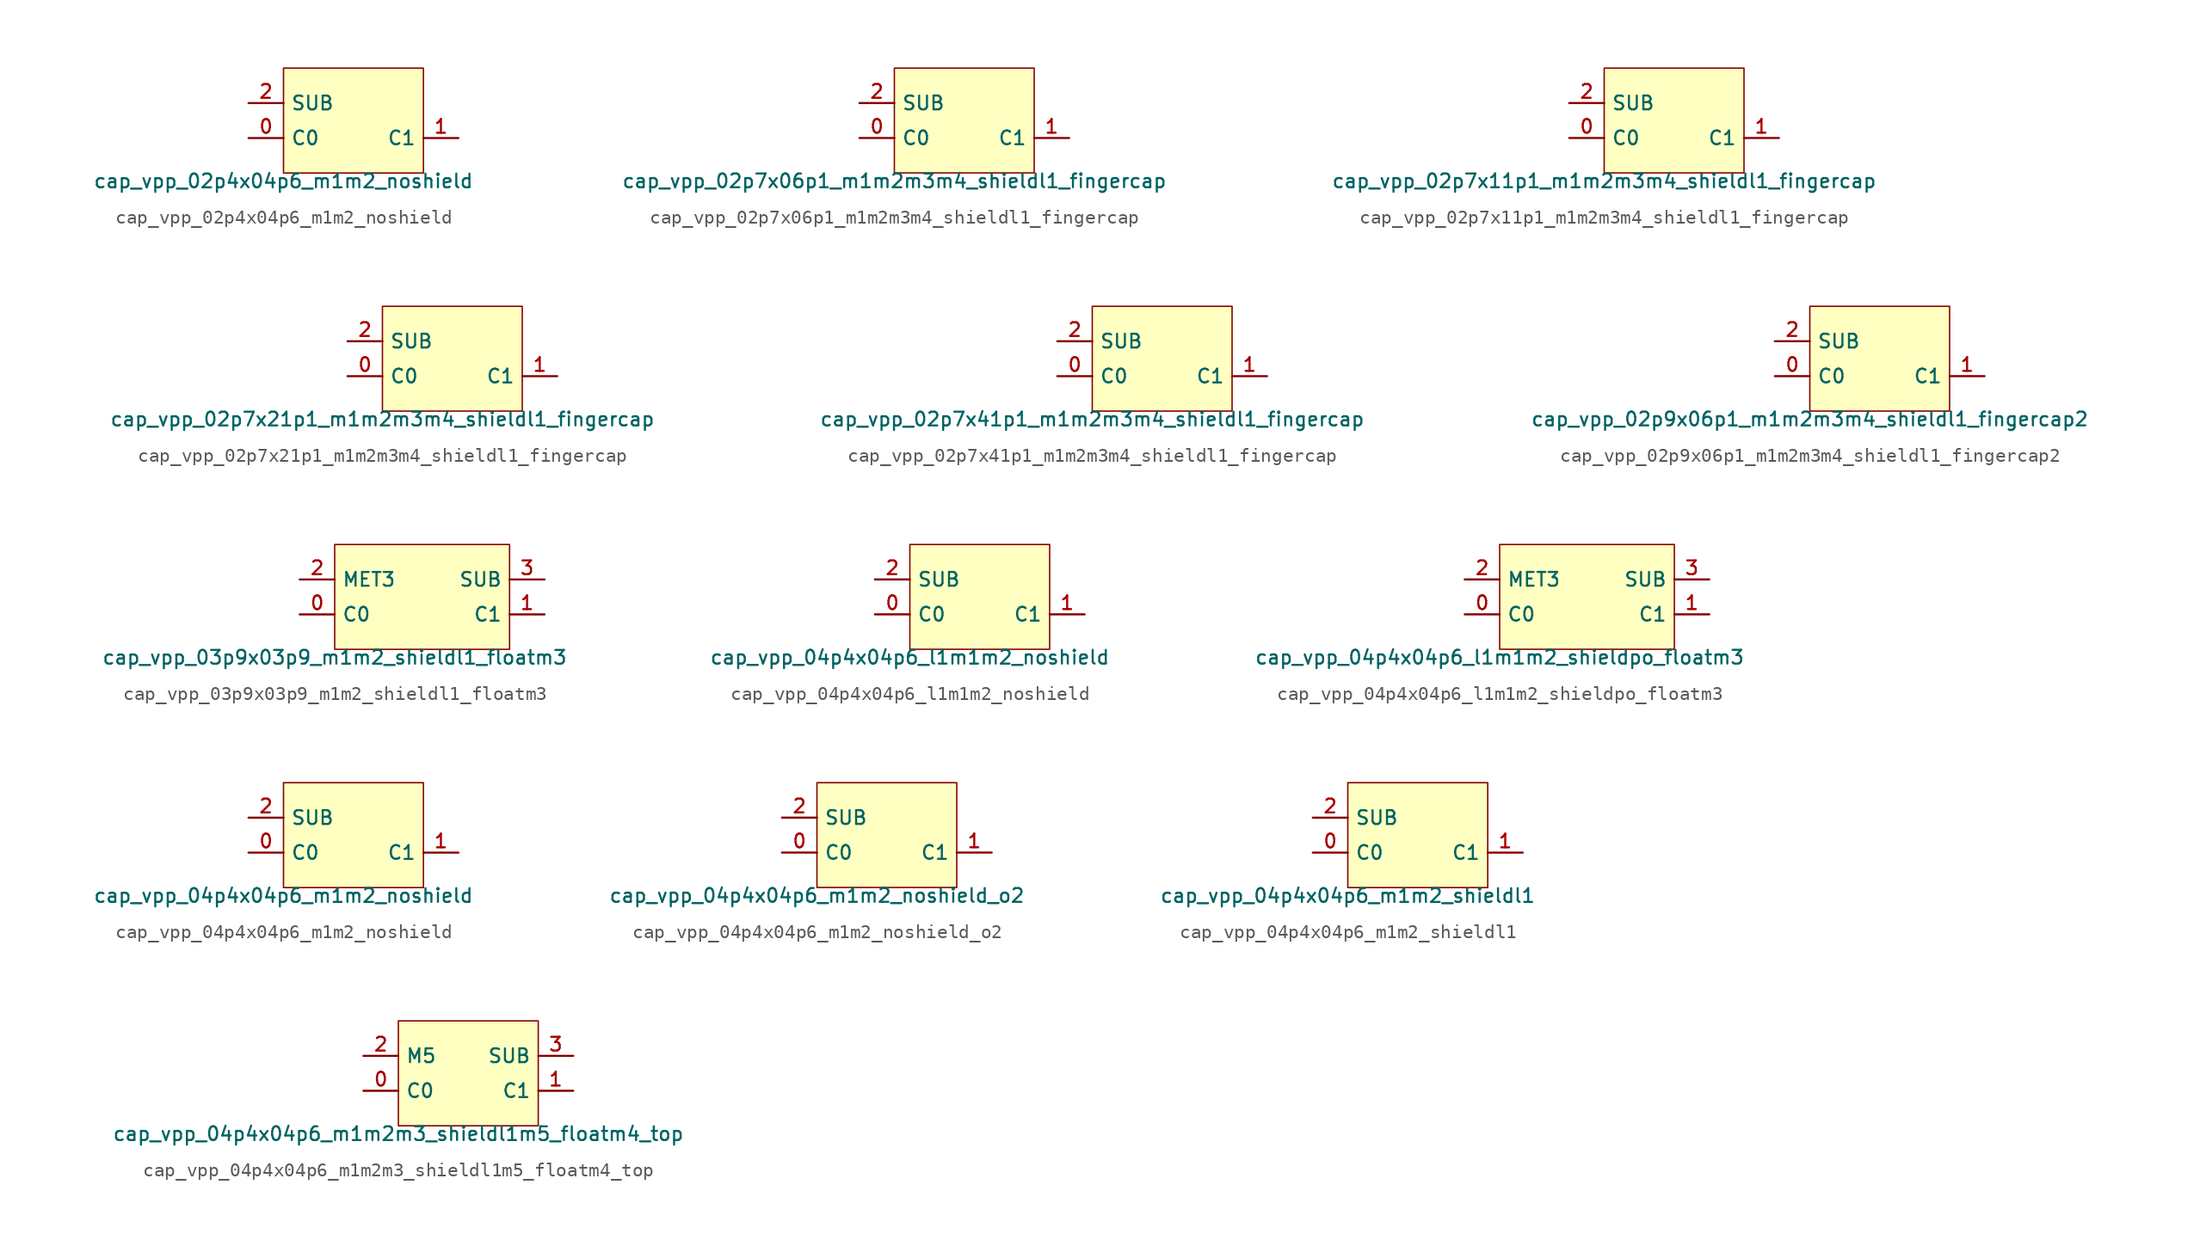
<source format=kicad_sym>
(kicad_symbol_lib
  (version 20211014)
  (generator pdk2kicad)
  (symbol "cap_vpp_02p4x04p6_m1m2_noshield"
    (property "Reference" "X"
      (at 0 0 0)
      (effects (font (size 1 1)) hide))
    (property "Value" "cap_vpp_02p4x04p6_m1m2_noshield"
      (at -5.08 -3.81 0)
      (effects (font (size 1 1)) (justify top)))
    (rectangle
      (start -5.08 -3.81)
      (end 5.08 3.81)
      (stroke (width 0.1) (type solid) (color 0 0 0 0))
      (fill (type background)))
    (pin bidirectional line
      (at -7.62 -1.27 0)
      (length 2.54)
      (name "C0" (effects (font (size 1 1)) hide))
      (number "0" (effects (font (size 1 1)) hide)))
    (pin bidirectional line
      (at 7.62 -1.27 180)
      (length 2.54)
      (name "C1" (effects (font (size 1 1)) hide))
      (number "1" (effects (font (size 1 1)) hide)))
    (pin bidirectional line
      (at -7.62 1.27 0)
      (length 2.54)
      (name "SUB" (effects (font (size 1 1)) hide))
      (number "2" (effects (font (size 1 1)) hide))))
  (symbol "cap_vpp_02p7x06p1_m1m2m3m4_shieldl1_fingercap"
    (property "Reference" "X"
      (at 0 0 0)
      (effects (font (size 1 1)) hide))
    (property "Value" "cap_vpp_02p7x06p1_m1m2m3m4_shieldl1_fingercap"
      (at -5.08 -3.81 0)
      (effects (font (size 1 1)) (justify top)))
    (rectangle
      (start -5.08 -3.81)
      (end 5.08 3.81)
      (stroke (width 0.1) (type solid) (color 0 0 0 0))
      (fill (type background)))
    (pin bidirectional line
      (at -7.62 -1.27 0)
      (length 2.54)
      (name "C0" (effects (font (size 1 1)) hide))
      (number "0" (effects (font (size 1 1)) hide)))
    (pin bidirectional line
      (at 7.62 -1.27 180)
      (length 2.54)
      (name "C1" (effects (font (size 1 1)) hide))
      (number "1" (effects (font (size 1 1)) hide)))
    (pin bidirectional line
      (at -7.62 1.27 0)
      (length 2.54)
      (name "SUB" (effects (font (size 1 1)) hide))
      (number "2" (effects (font (size 1 1)) hide))))
  (symbol "cap_vpp_02p7x11p1_m1m2m3m4_shieldl1_fingercap"
    (property "Reference" "X"
      (at 0 0 0)
      (effects (font (size 1 1)) hide))
    (property "Value" "cap_vpp_02p7x11p1_m1m2m3m4_shieldl1_fingercap"
      (at -5.08 -3.81 0)
      (effects (font (size 1 1)) (justify top)))
    (rectangle
      (start -5.08 -3.81)
      (end 5.08 3.81)
      (stroke (width 0.1) (type solid) (color 0 0 0 0))
      (fill (type background)))
    (pin bidirectional line
      (at -7.62 -1.27 0)
      (length 2.54)
      (name "C0" (effects (font (size 1 1)) hide))
      (number "0" (effects (font (size 1 1)) hide)))
    (pin bidirectional line
      (at 7.62 -1.27 180)
      (length 2.54)
      (name "C1" (effects (font (size 1 1)) hide))
      (number "1" (effects (font (size 1 1)) hide)))
    (pin bidirectional line
      (at -7.62 1.27 0)
      (length 2.54)
      (name "SUB" (effects (font (size 1 1)) hide))
      (number "2" (effects (font (size 1 1)) hide))))
  (symbol "cap_vpp_02p7x21p1_m1m2m3m4_shieldl1_fingercap"
    (property "Reference" "X"
      (at 0 0 0)
      (effects (font (size 1 1)) hide))
    (property "Value" "cap_vpp_02p7x21p1_m1m2m3m4_shieldl1_fingercap"
      (at -5.08 -3.81 0)
      (effects (font (size 1 1)) (justify top)))
    (rectangle
      (start -5.08 -3.81)
      (end 5.08 3.81)
      (stroke (width 0.1) (type solid) (color 0 0 0 0))
      (fill (type background)))
    (pin bidirectional line
      (at -7.62 -1.27 0)
      (length 2.54)
      (name "C0" (effects (font (size 1 1)) hide))
      (number "0" (effects (font (size 1 1)) hide)))
    (pin bidirectional line
      (at 7.62 -1.27 180)
      (length 2.54)
      (name "C1" (effects (font (size 1 1)) hide))
      (number "1" (effects (font (size 1 1)) hide)))
    (pin bidirectional line
      (at -7.62 1.27 0)
      (length 2.54)
      (name "SUB" (effects (font (size 1 1)) hide))
      (number "2" (effects (font (size 1 1)) hide))))
  (symbol "cap_vpp_02p7x41p1_m1m2m3m4_shieldl1_fingercap"
    (property "Reference" "X"
      (at 0 0 0)
      (effects (font (size 1 1)) hide))
    (property "Value" "cap_vpp_02p7x41p1_m1m2m3m4_shieldl1_fingercap"
      (at -5.08 -3.81 0)
      (effects (font (size 1 1)) (justify top)))
    (rectangle
      (start -5.08 -3.81)
      (end 5.08 3.81)
      (stroke (width 0.1) (type solid) (color 0 0 0 0))
      (fill (type background)))
    (pin bidirectional line
      (at -7.62 -1.27 0)
      (length 2.54)
      (name "C0" (effects (font (size 1 1)) hide))
      (number "0" (effects (font (size 1 1)) hide)))
    (pin bidirectional line
      (at 7.62 -1.27 180)
      (length 2.54)
      (name "C1" (effects (font (size 1 1)) hide))
      (number "1" (effects (font (size 1 1)) hide)))
    (pin bidirectional line
      (at -7.62 1.27 0)
      (length 2.54)
      (name "SUB" (effects (font (size 1 1)) hide))
      (number "2" (effects (font (size 1 1)) hide))))
  (symbol "cap_vpp_02p9x06p1_m1m2m3m4_shieldl1_fingercap2"
    (property "Reference" "X"
      (at 0 0 0)
      (effects (font (size 1 1)) hide))
    (property "Value" "cap_vpp_02p9x06p1_m1m2m3m4_shieldl1_fingercap2"
      (at -5.08 -3.81 0)
      (effects (font (size 1 1)) (justify top)))
    (rectangle
      (start -5.08 -3.81)
      (end 5.08 3.81)
      (stroke (width 0.1) (type solid) (color 0 0 0 0))
      (fill (type background)))
    (pin bidirectional line
      (at -7.62 -1.27 0)
      (length 2.54)
      (name "C0" (effects (font (size 1 1)) hide))
      (number "0" (effects (font (size 1 1)) hide)))
    (pin bidirectional line
      (at 7.62 -1.27 180)
      (length 2.54)
      (name "C1" (effects (font (size 1 1)) hide))
      (number "1" (effects (font (size 1 1)) hide)))
    (pin bidirectional line
      (at -7.62 1.27 0)
      (length 2.54)
      (name "SUB" (effects (font (size 1 1)) hide))
      (number "2" (effects (font (size 1 1)) hide))))
  (symbol "cap_vpp_03p9x03p9_m1m2_shieldl1_floatm3"
    (property "Reference" "X"
      (at 0 0 0)
      (effects (font (size 1 1)) hide))
    (property "Value" "cap_vpp_03p9x03p9_m1m2_shieldl1_floatm3"
      (at -6.35 -3.81 0)
      (effects (font (size 1 1)) (justify top)))
    (rectangle
      (start -6.35 -3.81)
      (end 6.35 3.81)
      (stroke (width 0.1) (type solid) (color 0 0 0 0))
      (fill (type background)))
    (pin bidirectional line
      (at -8.89 -1.27 0)
      (length 2.54)
      (name "C0" (effects (font (size 1 1)) hide))
      (number "0" (effects (font (size 1 1)) hide)))
    (pin bidirectional line
      (at 8.89 -1.27 180)
      (length 2.54)
      (name "C1" (effects (font (size 1 1)) hide))
      (number "1" (effects (font (size 1 1)) hide)))
    (pin bidirectional line
      (at -8.89 1.27 0)
      (length 2.54)
      (name "MET3" (effects (font (size 1 1)) hide))
      (number "2" (effects (font (size 1 1)) hide)))
    (pin bidirectional line
      (at 8.89 1.27 180)
      (length 2.54)
      (name "SUB" (effects (font (size 1 1)) hide))
      (number "3" (effects (font (size 1 1)) hide))))
  (symbol "cap_vpp_04p4x04p6_l1m1m2_noshield"
    (property "Reference" "X"
      (at 0 0 0)
      (effects (font (size 1 1)) hide))
    (property "Value" "cap_vpp_04p4x04p6_l1m1m2_noshield"
      (at -5.08 -3.81 0)
      (effects (font (size 1 1)) (justify top)))
    (rectangle
      (start -5.08 -3.81)
      (end 5.08 3.81)
      (stroke (width 0.1) (type solid) (color 0 0 0 0))
      (fill (type background)))
    (pin bidirectional line
      (at -7.62 -1.27 0)
      (length 2.54)
      (name "C0" (effects (font (size 1 1)) hide))
      (number "0" (effects (font (size 1 1)) hide)))
    (pin bidirectional line
      (at 7.62 -1.27 180)
      (length 2.54)
      (name "C1" (effects (font (size 1 1)) hide))
      (number "1" (effects (font (size 1 1)) hide)))
    (pin bidirectional line
      (at -7.62 1.27 0)
      (length 2.54)
      (name "SUB" (effects (font (size 1 1)) hide))
      (number "2" (effects (font (size 1 1)) hide))))
  (symbol "cap_vpp_04p4x04p6_l1m1m2_shieldpo_floatm3"
    (property "Reference" "X"
      (at 0 0 0)
      (effects (font (size 1 1)) hide))
    (property "Value" "cap_vpp_04p4x04p6_l1m1m2_shieldpo_floatm3"
      (at -6.35 -3.81 0)
      (effects (font (size 1 1)) (justify top)))
    (rectangle
      (start -6.35 -3.81)
      (end 6.35 3.81)
      (stroke (width 0.1) (type solid) (color 0 0 0 0))
      (fill (type background)))
    (pin bidirectional line
      (at -8.89 -1.27 0)
      (length 2.54)
      (name "C0" (effects (font (size 1 1)) hide))
      (number "0" (effects (font (size 1 1)) hide)))
    (pin bidirectional line
      (at 8.89 -1.27 180)
      (length 2.54)
      (name "C1" (effects (font (size 1 1)) hide))
      (number "1" (effects (font (size 1 1)) hide)))
    (pin bidirectional line
      (at -8.89 1.27 0)
      (length 2.54)
      (name "MET3" (effects (font (size 1 1)) hide))
      (number "2" (effects (font (size 1 1)) hide)))
    (pin bidirectional line
      (at 8.89 1.27 180)
      (length 2.54)
      (name "SUB" (effects (font (size 1 1)) hide))
      (number "3" (effects (font (size 1 1)) hide))))
  (symbol "cap_vpp_04p4x04p6_m1m2_noshield"
    (property "Reference" "X"
      (at 0 0 0)
      (effects (font (size 1 1)) hide))
    (property "Value" "cap_vpp_04p4x04p6_m1m2_noshield"
      (at -5.08 -3.81 0)
      (effects (font (size 1 1)) (justify top)))
    (rectangle
      (start -5.08 -3.81)
      (end 5.08 3.81)
      (stroke (width 0.1) (type solid) (color 0 0 0 0))
      (fill (type background)))
    (pin bidirectional line
      (at -7.62 -1.27 0)
      (length 2.54)
      (name "C0" (effects (font (size 1 1)) hide))
      (number "0" (effects (font (size 1 1)) hide)))
    (pin bidirectional line
      (at 7.62 -1.27 180)
      (length 2.54)
      (name "C1" (effects (font (size 1 1)) hide))
      (number "1" (effects (font (size 1 1)) hide)))
    (pin bidirectional line
      (at -7.62 1.27 0)
      (length 2.54)
      (name "SUB" (effects (font (size 1 1)) hide))
      (number "2" (effects (font (size 1 1)) hide))))
  (symbol "cap_vpp_04p4x04p6_m1m2_noshield_o2"
    (property "Reference" "X"
      (at 0 0 0)
      (effects (font (size 1 1)) hide))
    (property "Value" "cap_vpp_04p4x04p6_m1m2_noshield_o2"
      (at -5.08 -3.81 0)
      (effects (font (size 1 1)) (justify top)))
    (rectangle
      (start -5.08 -3.81)
      (end 5.08 3.81)
      (stroke (width 0.1) (type solid) (color 0 0 0 0))
      (fill (type background)))
    (pin bidirectional line
      (at -7.62 -1.27 0)
      (length 2.54)
      (name "C0" (effects (font (size 1 1)) hide))
      (number "0" (effects (font (size 1 1)) hide)))
    (pin bidirectional line
      (at 7.62 -1.27 180)
      (length 2.54)
      (name "C1" (effects (font (size 1 1)) hide))
      (number "1" (effects (font (size 1 1)) hide)))
    (pin bidirectional line
      (at -7.62 1.27 0)
      (length 2.54)
      (name "SUB" (effects (font (size 1 1)) hide))
      (number "2" (effects (font (size 1 1)) hide))))
  (symbol "cap_vpp_04p4x04p6_m1m2_shieldl1"
    (property "Reference" "X"
      (at 0 0 0)
      (effects (font (size 1 1)) hide))
    (property "Value" "cap_vpp_04p4x04p6_m1m2_shieldl1"
      (at -5.08 -3.81 0)
      (effects (font (size 1 1)) (justify top)))
    (rectangle
      (start -5.08 -3.81)
      (end 5.08 3.81)
      (stroke (width 0.1) (type solid) (color 0 0 0 0))
      (fill (type background)))
    (pin bidirectional line
      (at -7.62 -1.27 0)
      (length 2.54)
      (name "C0" (effects (font (size 1 1)) hide))
      (number "0" (effects (font (size 1 1)) hide)))
    (pin bidirectional line
      (at 7.62 -1.27 180)
      (length 2.54)
      (name "C1" (effects (font (size 1 1)) hide))
      (number "1" (effects (font (size 1 1)) hide)))
    (pin bidirectional line
      (at -7.62 1.27 0)
      (length 2.54)
      (name "SUB" (effects (font (size 1 1)) hide))
      (number "2" (effects (font (size 1 1)) hide))))
  (symbol "cap_vpp_04p4x04p6_m1m2m3_shieldl1m5_floatm4_top"
    (property "Reference" "X"
      (at 0 0 0)
      (effects (font (size 1 1)) hide))
    (property "Value" "cap_vpp_04p4x04p6_m1m2m3_shieldl1m5_floatm4_top"
      (at -5.08 -3.81 0)
      (effects (font (size 1 1)) (justify top)))
    (rectangle
      (start -5.08 -3.81)
      (end 5.08 3.81)
      (stroke (width 0.1) (type solid) (color 0 0 0 0))
      (fill (type background)))
    (pin bidirectional line
      (at -7.62 -1.27 0)
      (length 2.54)
      (name "C0" (effects (font (size 1 1)) hide))
      (number "0" (effects (font (size 1 1)) hide)))
    (pin bidirectional line
      (at 7.62 -1.27 180)
      (length 2.54)
      (name "C1" (effects (font (size 1 1)) hide))
      (number "1" (effects (font (size 1 1)) hide)))
    (pin bidirectional line
      (at -7.62 1.27 0)
      (length 2.54)
      (name "M5" (effects (font (size 1 1)) hide))
      (number "2" (effects (font (size 1 1)) hide)))
    (pin bidirectional line
      (at 7.62 1.27 180)
      (length 2.54)
      (name "SUB" (effects (font (size 1 1)) hide))
      (number "3" (effects (font (size 1 1)) hide)))))
</source>
